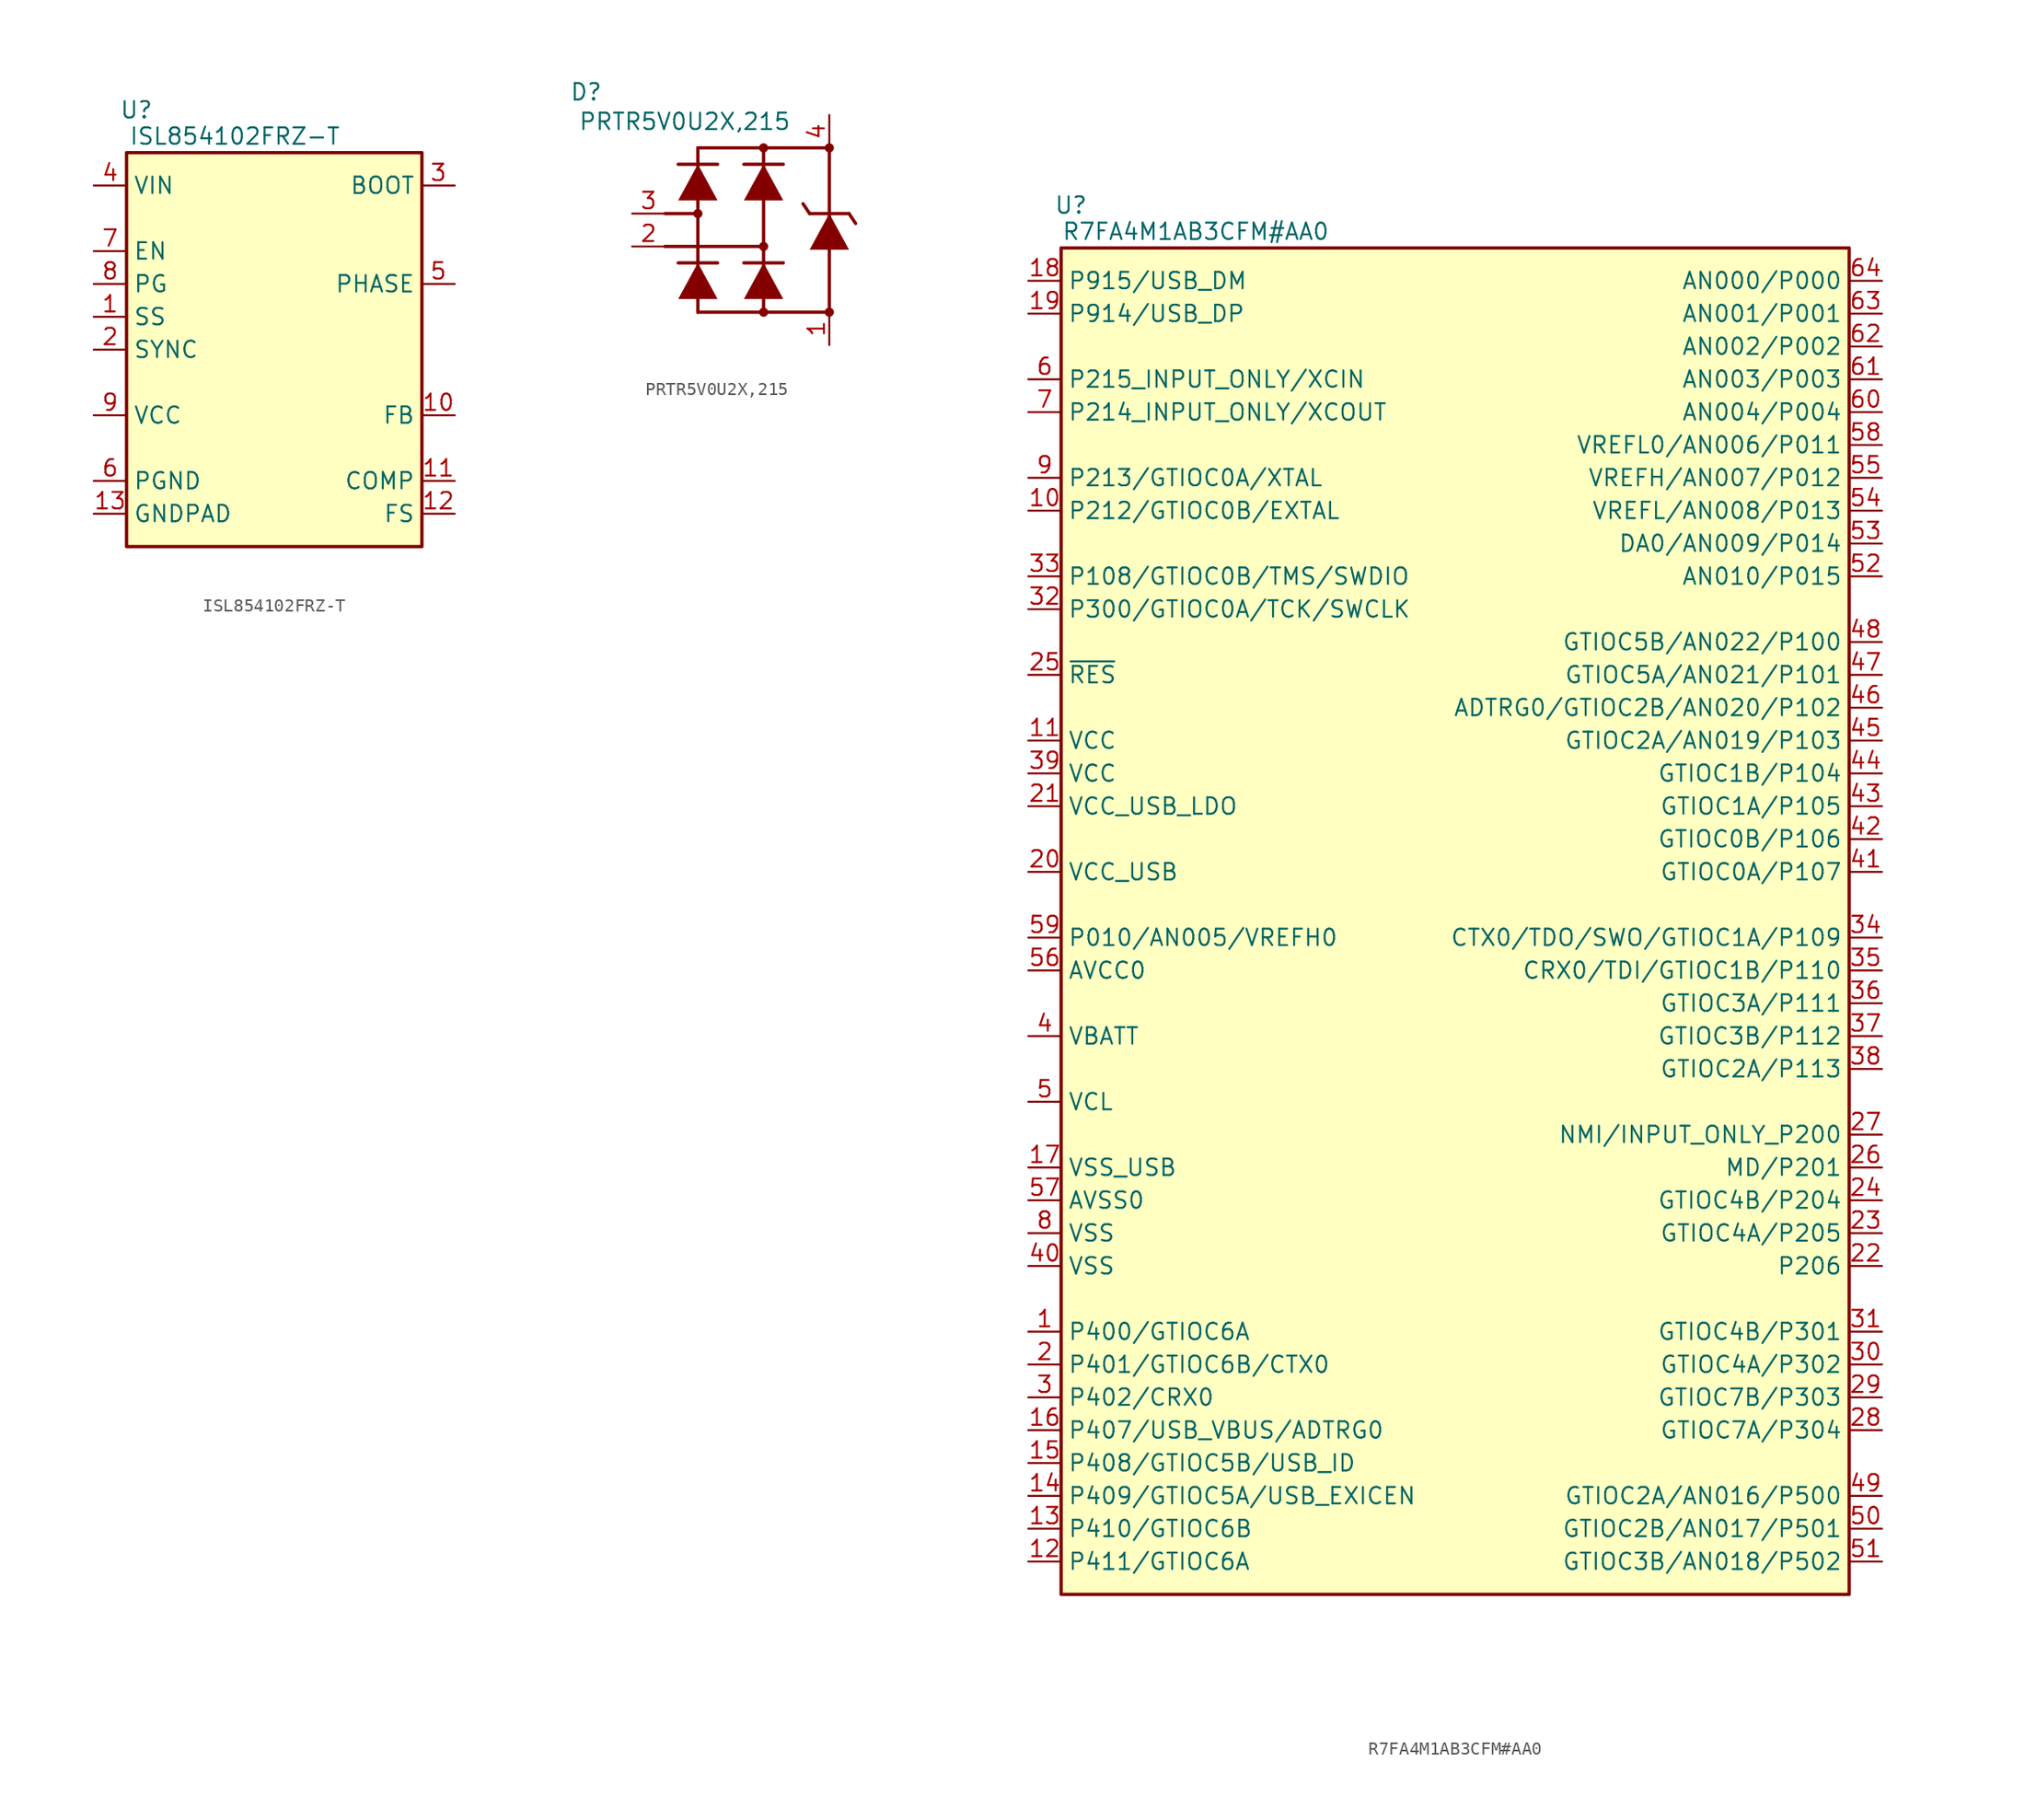
<source format=kicad_sym>
(kicad_symbol_lib
  (version 20231120)
  (generator "kicad_symbol_editor")
  (generator_version "8.0")
  (symbol "ISL854102FRZ-T"
    (property "Reference" "U"
      (at 0.762 33.782 0)
      (effects (font (size 1.27 1.27))))
    (property "Value" "ISL854102FRZ-T"
      (at 8.382 31.75 0)
      (effects (font (size 1.27 1.27))))
    (symbol "ISL854102FRZ-T_1_0"
      (rectangle (start 22.86 30.48) (end 0 0) (stroke (width 0.254) (type solid) (color 128 0 0 1)) (fill (type background)))
      (pin passive line (at -2.54 17.78 0) (length 2.54) (name "SS" (effects (font (size 1.27 1.27)))) (number "1" (effects (font (size 1.27 1.27)))))
      (pin passive line (at 25.4 10.16 180) (length 2.54) (name "FB" (effects (font (size 1.27 1.27)))) (number "10" (effects (font (size 1.27 1.27)))))
      (pin passive line (at 25.4 5.08 180) (length 2.54) (name "COMP" (effects (font (size 1.27 1.27)))) (number "11" (effects (font (size 1.27 1.27)))))
      (pin passive line (at 25.4 2.54 180) (length 2.54) (name "FS" (effects (font (size 1.27 1.27)))) (number "12" (effects (font (size 1.27 1.27)))))
      (pin power_in line (at -2.54 2.54 0) (length 2.54) (name "GNDPAD" (effects (font (size 1.27 1.27)))) (number "13" (effects (font (size 1.27 1.27)))))
      (pin passive line (at -2.54 15.24 0) (length 2.54) (name "SYNC" (effects (font (size 1.27 1.27)))) (number "2" (effects (font (size 1.27 1.27)))))
      (pin passive line (at 25.4 27.94 180) (length 2.54) (name "BOOT" (effects (font (size 1.27 1.27)))) (number "3" (effects (font (size 1.27 1.27)))))
      (pin power_in line (at -2.54 27.94 0) (length 2.54) (name "VIN" (effects (font (size 1.27 1.27)))) (number "4" (effects (font (size 1.27 1.27)))))
      (pin passive line (at 25.4 20.32 180) (length 2.54) (name "PHASE" (effects (font (size 1.27 1.27)))) (number "5" (effects (font (size 1.27 1.27)))))
      (pin power_in line (at -2.54 5.08 0) (length 2.54) (name "PGND" (effects (font (size 1.27 1.27)))) (number "6" (effects (font (size 1.27 1.27)))))
      (pin passive line (at -2.54 22.86 0) (length 2.54) (name "EN" (effects (font (size 1.27 1.27)))) (number "7" (effects (font (size 1.27 1.27)))))
      (pin passive line (at -2.54 20.32 0) (length 2.54) (name "PG" (effects (font (size 1.27 1.27)))) (number "8" (effects (font (size 1.27 1.27)))))
      (pin power_in line (at -2.54 10.16 0) (length 2.54) (name "VCC" (effects (font (size 1.27 1.27)))) (number "9" (effects (font (size 1.27 1.27)))))))
  (symbol "PRTR5V0U2X,215"
    (property "Reference" "D"
      (at -13.716 9.398 0)
      (effects (font (size 1.27 1.27))))
    (property "Value" "PRTR5V0U2X,215"
      (at -6.096 7.112 0)
      (effects (font (size 1.27 1.27))))
    (symbol "PRTR5V0U2X,215_1_0"
      (circle (center -5.08 0) (radius 0.102) (stroke (width 0.254) (type solid)) (fill (type none)))
      (circle (center -5.08 0) (radius 0.178) (stroke (width 0.254) (type solid)) (fill (type none)))
      (circle (center 0 -7.62) (radius 0.102) (stroke (width 0.254) (type solid)) (fill (type none)))
      (circle (center 0 -7.62) (radius 0.178) (stroke (width 0.254) (type solid)) (fill (type none)))
      (circle (center 0 -2.54) (radius 0.102) (stroke (width 0.254) (type solid)) (fill (type none)))
      (circle (center 0 -2.54) (radius 0.178) (stroke (width 0.254) (type solid)) (fill (type none)))
      (polyline (pts (xy -7.62 -2.54) (xy 0 -2.54)) (stroke (width 0.254) (type solid)) (fill (type none)))
      (polyline (pts (xy -7.62 0) (xy -5.08 0)) (stroke (width 0.254) (type solid)) (fill (type none)))
      (polyline (pts (xy -6.604 -3.81) (xy -3.556 -3.81)) (stroke (width 0.254) (type solid)) (fill (type none)))
      (polyline (pts (xy -6.604 3.81) (xy -3.556 3.81)) (stroke (width 0.254) (type solid)) (fill (type none)))
      (polyline (pts (xy -5.08 -7.62) (xy 5.08 -7.62)) (stroke (width 0.254) (type solid)) (fill (type none)))
      (polyline (pts (xy -5.08 5.08) (xy -5.08 -7.62)) (stroke (width 0.254) (type solid)) (fill (type none)))
      (polyline (pts (xy -5.08 5.08) (xy 5.08 5.08)) (stroke (width 0.254) (type solid)) (fill (type none)))
      (polyline (pts (xy -1.524 -3.81) (xy 1.524 -3.81)) (stroke (width 0.254) (type solid)) (fill (type none)))
      (polyline (pts (xy -1.524 3.81) (xy 1.524 3.81)) (stroke (width 0.254) (type solid)) (fill (type none)))
      (polyline (pts (xy 0 5.08) (xy 0 -7.62)) (stroke (width 0.254) (type solid)) (fill (type none)))
      (polyline (pts (xy 3.556 0) (xy 3.048 0.762)) (stroke (width 0.254) (type solid)) (fill (type none)))
      (polyline (pts (xy 3.556 0) (xy 6.604 0)) (stroke (width 0.254) (type solid)) (fill (type none)))
      (polyline (pts (xy 5.08 -7.62) (xy 5.08 5.08)) (stroke (width 0.254) (type solid)) (fill (type none)))
      (polyline (pts (xy 7.112 -0.762) (xy 6.604 0)) (stroke (width 0.254) (type solid)) (fill (type none)))
      (polyline (pts (xy -5.08 -3.81) (xy -3.556 -6.604) (xy -6.604 -6.604) (xy -5.08 -3.81)) (stroke (width -0.0001) (type solid)) (fill (type outline)))
      (polyline (pts (xy -5.08 3.81) (xy -3.556 1.016) (xy -6.604 1.016) (xy -5.08 3.81)) (stroke (width -0.0001) (type solid)) (fill (type outline)))
      (polyline (pts (xy 0 -3.81) (xy 1.524 -6.604) (xy -1.524 -6.604) (xy 0 -3.81)) (stroke (width -0.0001) (type solid)) (fill (type outline)))
      (polyline (pts (xy 0 3.81) (xy 1.524 1.016) (xy -1.524 1.016) (xy 0 3.81)) (stroke (width -0.0001) (type solid)) (fill (type outline)))
      (polyline (pts (xy 5.08 0) (xy 6.604 -2.794) (xy 3.556 -2.794) (xy 5.08 0)) (stroke (width -0.0001) (type solid)) (fill (type outline)))
      (circle (center 0 5.08) (radius 0.102) (stroke (width 0.254) (type solid)) (fill (type none)))
      (circle (center 0 5.08) (radius 0.178) (stroke (width 0.254) (type solid)) (fill (type none)))
      (circle (center 5.08 -7.62) (radius 0.102) (stroke (width 0.254) (type solid)) (fill (type none)))
      (circle (center 5.08 -7.62) (radius 0.178) (stroke (width 0.254) (type solid)) (fill (type none)))
      (circle (center 5.08 5.08) (radius 0.102) (stroke (width 0.254) (type solid)) (fill (type none)))
      (circle (center 5.08 5.08) (radius 0.178) (stroke (width 0.254) (type solid)) (fill (type none)))
      (pin passive line (at 5.08 -10.16 90) (length 2.54) (name "1" (effects (font (size 0 0)))) (number "1" (effects (font (size 1.27 1.27)))))
      (pin passive line (at -10.16 -2.54 0) (length 2.54) (name "2" (effects (font (size 0 0)))) (number "2" (effects (font (size 1.27 1.27)))))
      (pin passive line (at -10.16 0 0) (length 2.54) (name "3" (effects (font (size 0 0)))) (number "3" (effects (font (size 1.27 1.27)))))
      (pin passive line (at 5.08 7.62 270) (length 2.54) (name "4" (effects (font (size 0 0)))) (number "4" (effects (font (size 1.27 1.27)))))))
  (symbol "R7FA4M1AB3CFM#AA0"
    (property "Reference" "U"
      (at 0.762 107.442 0)
      (effects (font (size 1.27 1.27))))
    (property "Value" "R7FA4M1AB3CFM#AA0"
      (at 10.414 105.41 0)
      (effects (font (size 1.27 1.27))))
    (symbol "R7FA4M1AB3CFM#AA0_1_0"
      (rectangle (start 0 104.14) (end 60.96 0) (stroke (width 0.254) (type solid) (color 128 0 0 1)) (fill (type background)))
      (pin passive line (at -2.54 20.32 0) (length 2.54) (name "P400/GTIOC6A" (effects (font (size 1.27 1.27)))) (number "1" (effects (font (size 1.27 1.27)))))
      (pin passive line (at -2.54 83.82 0) (length 2.54) (name "P212/GTIOC0B/EXTAL" (effects (font (size 1.27 1.27)))) (number "10" (effects (font (size 1.27 1.27)))))
      (pin passive line (at -2.54 66.04 0) (length 2.54) (name "VCC" (effects (font (size 1.27 1.27)))) (number "11" (effects (font (size 1.27 1.27)))))
      (pin passive line (at -2.54 2.54 0) (length 2.54) (name "P411/GTIOC6A" (effects (font (size 1.27 1.27)))) (number "12" (effects (font (size 1.27 1.27)))))
      (pin passive line (at -2.54 5.08 0) (length 2.54) (name "P410/GTIOC6B" (effects (font (size 1.27 1.27)))) (number "13" (effects (font (size 1.27 1.27)))))
      (pin passive line (at -2.54 7.62 0) (length 2.54) (name "P409/GTIOC5A/USB_EXICEN" (effects (font (size 1.27 1.27)))) (number "14" (effects (font (size 1.27 1.27)))))
      (pin passive line (at -2.54 10.16 0) (length 2.54) (name "P408/GTIOC5B/USB_ID" (effects (font (size 1.27 1.27)))) (number "15" (effects (font (size 1.27 1.27)))))
      (pin passive line (at -2.54 12.7 0) (length 2.54) (name "P407/USB_VBUS/ADTRG0" (effects (font (size 1.27 1.27)))) (number "16" (effects (font (size 1.27 1.27)))))
      (pin passive line (at -2.54 33.02 0) (length 2.54) (name "VSS_USB" (effects (font (size 1.27 1.27)))) (number "17" (effects (font (size 1.27 1.27)))))
      (pin passive line (at -2.54 101.6 0) (length 2.54) (name "P915/USB_DM" (effects (font (size 1.27 1.27)))) (number "18" (effects (font (size 1.27 1.27)))))
      (pin passive line (at -2.54 99.06 0) (length 2.54) (name "P914/USB_DP" (effects (font (size 1.27 1.27)))) (number "19" (effects (font (size 1.27 1.27)))))
      (pin passive line (at -2.54 17.78 0) (length 2.54) (name "P401/GTIOC6B/CTX0" (effects (font (size 1.27 1.27)))) (number "2" (effects (font (size 1.27 1.27)))))
      (pin passive line (at -2.54 55.88 0) (length 2.54) (name "VCC_USB" (effects (font (size 1.27 1.27)))) (number "20" (effects (font (size 1.27 1.27)))))
      (pin passive line (at -2.54 60.96 0) (length 2.54) (name "VCC_USB_LDO" (effects (font (size 1.27 1.27)))) (number "21" (effects (font (size 1.27 1.27)))))
      (pin passive line (at 63.5 25.4 180) (length 2.54) (name "P206" (effects (font (size 1.27 1.27)))) (number "22" (effects (font (size 1.27 1.27)))))
      (pin passive line (at 63.5 27.94 180) (length 2.54) (name "GTIOC4A/P205" (effects (font (size 1.27 1.27)))) (number "23" (effects (font (size 1.27 1.27)))))
      (pin passive line (at 63.5 30.48 180) (length 2.54) (name "GTIOC4B/P204" (effects (font (size 1.27 1.27)))) (number "24" (effects (font (size 1.27 1.27)))))
      (pin passive line (at -2.54 71.12 0) (length 2.54) (name "~{RES}" (effects (font (size 1.27 1.27)))) (number "25" (effects (font (size 1.27 1.27)))))
      (pin passive line (at 63.5 33.02 180) (length 2.54) (name "MD/P201" (effects (font (size 1.27 1.27)))) (number "26" (effects (font (size 1.27 1.27)))))
      (pin passive line (at 63.5 35.56 180) (length 2.54) (name "NMI/INPUT_ONLY_P200" (effects (font (size 1.27 1.27)))) (number "27" (effects (font (size 1.27 1.27)))))
      (pin passive line (at 63.5 12.7 180) (length 2.54) (name "GTIOC7A/P304" (effects (font (size 1.27 1.27)))) (number "28" (effects (font (size 1.27 1.27)))))
      (pin passive line (at 63.5 15.24 180) (length 2.54) (name "GTIOC7B/P303" (effects (font (size 1.27 1.27)))) (number "29" (effects (font (size 1.27 1.27)))))
      (pin passive line (at -2.54 15.24 0) (length 2.54) (name "P402/CRX0" (effects (font (size 1.27 1.27)))) (number "3" (effects (font (size 1.27 1.27)))))
      (pin passive line (at 63.5 17.78 180) (length 2.54) (name "GTIOC4A/P302" (effects (font (size 1.27 1.27)))) (number "30" (effects (font (size 1.27 1.27)))))
      (pin passive line (at 63.5 20.32 180) (length 2.54) (name "GTIOC4B/P301" (effects (font (size 1.27 1.27)))) (number "31" (effects (font (size 1.27 1.27)))))
      (pin passive line (at -2.54 76.2 0) (length 2.54) (name "P300/GTIOC0A/TCK/SWCLK" (effects (font (size 1.27 1.27)))) (number "32" (effects (font (size 1.27 1.27)))))
      (pin passive line (at -2.54 78.74 0) (length 2.54) (name "P108/GTIOC0B/TMS/SWDIO" (effects (font (size 1.27 1.27)))) (number "33" (effects (font (size 1.27 1.27)))))
      (pin passive line (at 63.5 50.8 180) (length 2.54) (name "CTX0/TDO/SWO/GTIOC1A/P109" (effects (font (size 1.27 1.27)))) (number "34" (effects (font (size 1.27 1.27)))))
      (pin passive line (at 63.5 48.26 180) (length 2.54) (name "CRX0/TDI/GTIOC1B/P110" (effects (font (size 1.27 1.27)))) (number "35" (effects (font (size 1.27 1.27)))))
      (pin passive line (at 63.5 45.72 180) (length 2.54) (name "GTIOC3A/P111" (effects (font (size 1.27 1.27)))) (number "36" (effects (font (size 1.27 1.27)))))
      (pin passive line (at 63.5 43.18 180) (length 2.54) (name "GTIOC3B/P112" (effects (font (size 1.27 1.27)))) (number "37" (effects (font (size 1.27 1.27)))))
      (pin passive line (at 63.5 40.64 180) (length 2.54) (name "GTIOC2A/P113" (effects (font (size 1.27 1.27)))) (number "38" (effects (font (size 1.27 1.27)))))
      (pin passive line (at -2.54 63.5 0) (length 2.54) (name "VCC" (effects (font (size 1.27 1.27)))) (number "39" (effects (font (size 1.27 1.27)))))
      (pin passive line (at -2.54 43.18 0) (length 2.54) (name "VBATT" (effects (font (size 1.27 1.27)))) (number "4" (effects (font (size 1.27 1.27)))))
      (pin passive line (at -2.54 25.4 0) (length 2.54) (name "VSS" (effects (font (size 1.27 1.27)))) (number "40" (effects (font (size 1.27 1.27)))))
      (pin passive line (at 63.5 55.88 180) (length 2.54) (name "GTIOC0A/P107" (effects (font (size 1.27 1.27)))) (number "41" (effects (font (size 1.27 1.27)))))
      (pin passive line (at 63.5 58.42 180) (length 2.54) (name "GTIOC0B/P106" (effects (font (size 1.27 1.27)))) (number "42" (effects (font (size 1.27 1.27)))))
      (pin passive line (at 63.5 60.96 180) (length 2.54) (name "GTIOC1A/P105" (effects (font (size 1.27 1.27)))) (number "43" (effects (font (size 1.27 1.27)))))
      (pin passive line (at 63.5 63.5 180) (length 2.54) (name "GTIOC1B/P104" (effects (font (size 1.27 1.27)))) (number "44" (effects (font (size 1.27 1.27)))))
      (pin passive line (at 63.5 66.04 180) (length 2.54) (name "GTIOC2A/AN019/P103" (effects (font (size 1.27 1.27)))) (number "45" (effects (font (size 1.27 1.27)))))
      (pin passive line (at 63.5 68.58 180) (length 2.54) (name "ADTRG0/GTIOC2B/AN020/P102" (effects (font (size 1.27 1.27)))) (number "46" (effects (font (size 1.27 1.27)))))
      (pin passive line (at 63.5 71.12 180) (length 2.54) (name "GTIOC5A/AN021/P101" (effects (font (size 1.27 1.27)))) (number "47" (effects (font (size 1.27 1.27)))))
      (pin passive line (at 63.5 73.66 180) (length 2.54) (name "GTIOC5B/AN022/P100" (effects (font (size 1.27 1.27)))) (number "48" (effects (font (size 1.27 1.27)))))
      (pin passive line (at 63.5 7.62 180) (length 2.54) (name "GTIOC2A/AN016/P500" (effects (font (size 1.27 1.27)))) (number "49" (effects (font (size 1.27 1.27)))))
      (pin passive line (at -2.54 38.1 0) (length 2.54) (name "VCL" (effects (font (size 1.27 1.27)))) (number "5" (effects (font (size 1.27 1.27)))))
      (pin passive line (at 63.5 5.08 180) (length 2.54) (name "GTIOC2B/AN017/P501" (effects (font (size 1.27 1.27)))) (number "50" (effects (font (size 1.27 1.27)))))
      (pin passive line (at 63.5 2.54 180) (length 2.54) (name "GTIOC3B/AN018/P502" (effects (font (size 1.27 1.27)))) (number "51" (effects (font (size 1.27 1.27)))))
      (pin passive line (at 63.5 78.74 180) (length 2.54) (name "AN010/P015" (effects (font (size 1.27 1.27)))) (number "52" (effects (font (size 1.27 1.27)))))
      (pin passive line (at 63.5 81.28 180) (length 2.54) (name "DA0/AN009/P014" (effects (font (size 1.27 1.27)))) (number "53" (effects (font (size 1.27 1.27)))))
      (pin passive line (at 63.5 83.82 180) (length 2.54) (name "VREFL/AN008/P013" (effects (font (size 1.27 1.27)))) (number "54" (effects (font (size 1.27 1.27)))))
      (pin passive line (at 63.5 86.36 180) (length 2.54) (name "VREFH/AN007/P012" (effects (font (size 1.27 1.27)))) (number "55" (effects (font (size 1.27 1.27)))))
      (pin passive line (at -2.54 48.26 0) (length 2.54) (name "AVCC0" (effects (font (size 1.27 1.27)))) (number "56" (effects (font (size 1.27 1.27)))))
      (pin passive line (at -2.54 30.48 0) (length 2.54) (name "AVSS0" (effects (font (size 1.27 1.27)))) (number "57" (effects (font (size 1.27 1.27)))))
      (pin passive line (at 63.5 88.9 180) (length 2.54) (name "VREFL0/AN006/P011" (effects (font (size 1.27 1.27)))) (number "58" (effects (font (size 1.27 1.27)))))
      (pin passive line (at -2.54 50.8 0) (length 2.54) (name "P010/AN005/VREFH0" (effects (font (size 1.27 1.27)))) (number "59" (effects (font (size 1.27 1.27)))))
      (pin passive line (at -2.54 93.98 0) (length 2.54) (name "P215_INPUT_ONLY/XCIN" (effects (font (size 1.27 1.27)))) (number "6" (effects (font (size 1.27 1.27)))))
      (pin passive line (at 63.5 91.44 180) (length 2.54) (name "AN004/P004" (effects (font (size 1.27 1.27)))) (number "60" (effects (font (size 1.27 1.27)))))
      (pin passive line (at 63.5 93.98 180) (length 2.54) (name "AN003/P003" (effects (font (size 1.27 1.27)))) (number "61" (effects (font (size 1.27 1.27)))))
      (pin passive line (at 63.5 96.52 180) (length 2.54) (name "AN002/P002" (effects (font (size 1.27 1.27)))) (number "62" (effects (font (size 1.27 1.27)))))
      (pin passive line (at 63.5 99.06 180) (length 2.54) (name "AN001/P001" (effects (font (size 1.27 1.27)))) (number "63" (effects (font (size 1.27 1.27)))))
      (pin passive line (at 63.5 101.6 180) (length 2.54) (name "AN000/P000" (effects (font (size 1.27 1.27)))) (number "64" (effects (font (size 1.27 1.27)))))
      (pin passive line (at -2.54 91.44 0) (length 2.54) (name "P214_INPUT_ONLY/XCOUT" (effects (font (size 1.27 1.27)))) (number "7" (effects (font (size 1.27 1.27)))))
      (pin passive line (at -2.54 27.94 0) (length 2.54) (name "VSS" (effects (font (size 1.27 1.27)))) (number "8" (effects (font (size 1.27 1.27)))))
      (pin passive line (at -2.54 86.36 0) (length 2.54) (name "P213/GTIOC0A/XTAL" (effects (font (size 1.27 1.27)))) (number "9" (effects (font (size 1.27 1.27))))))))
</source>
